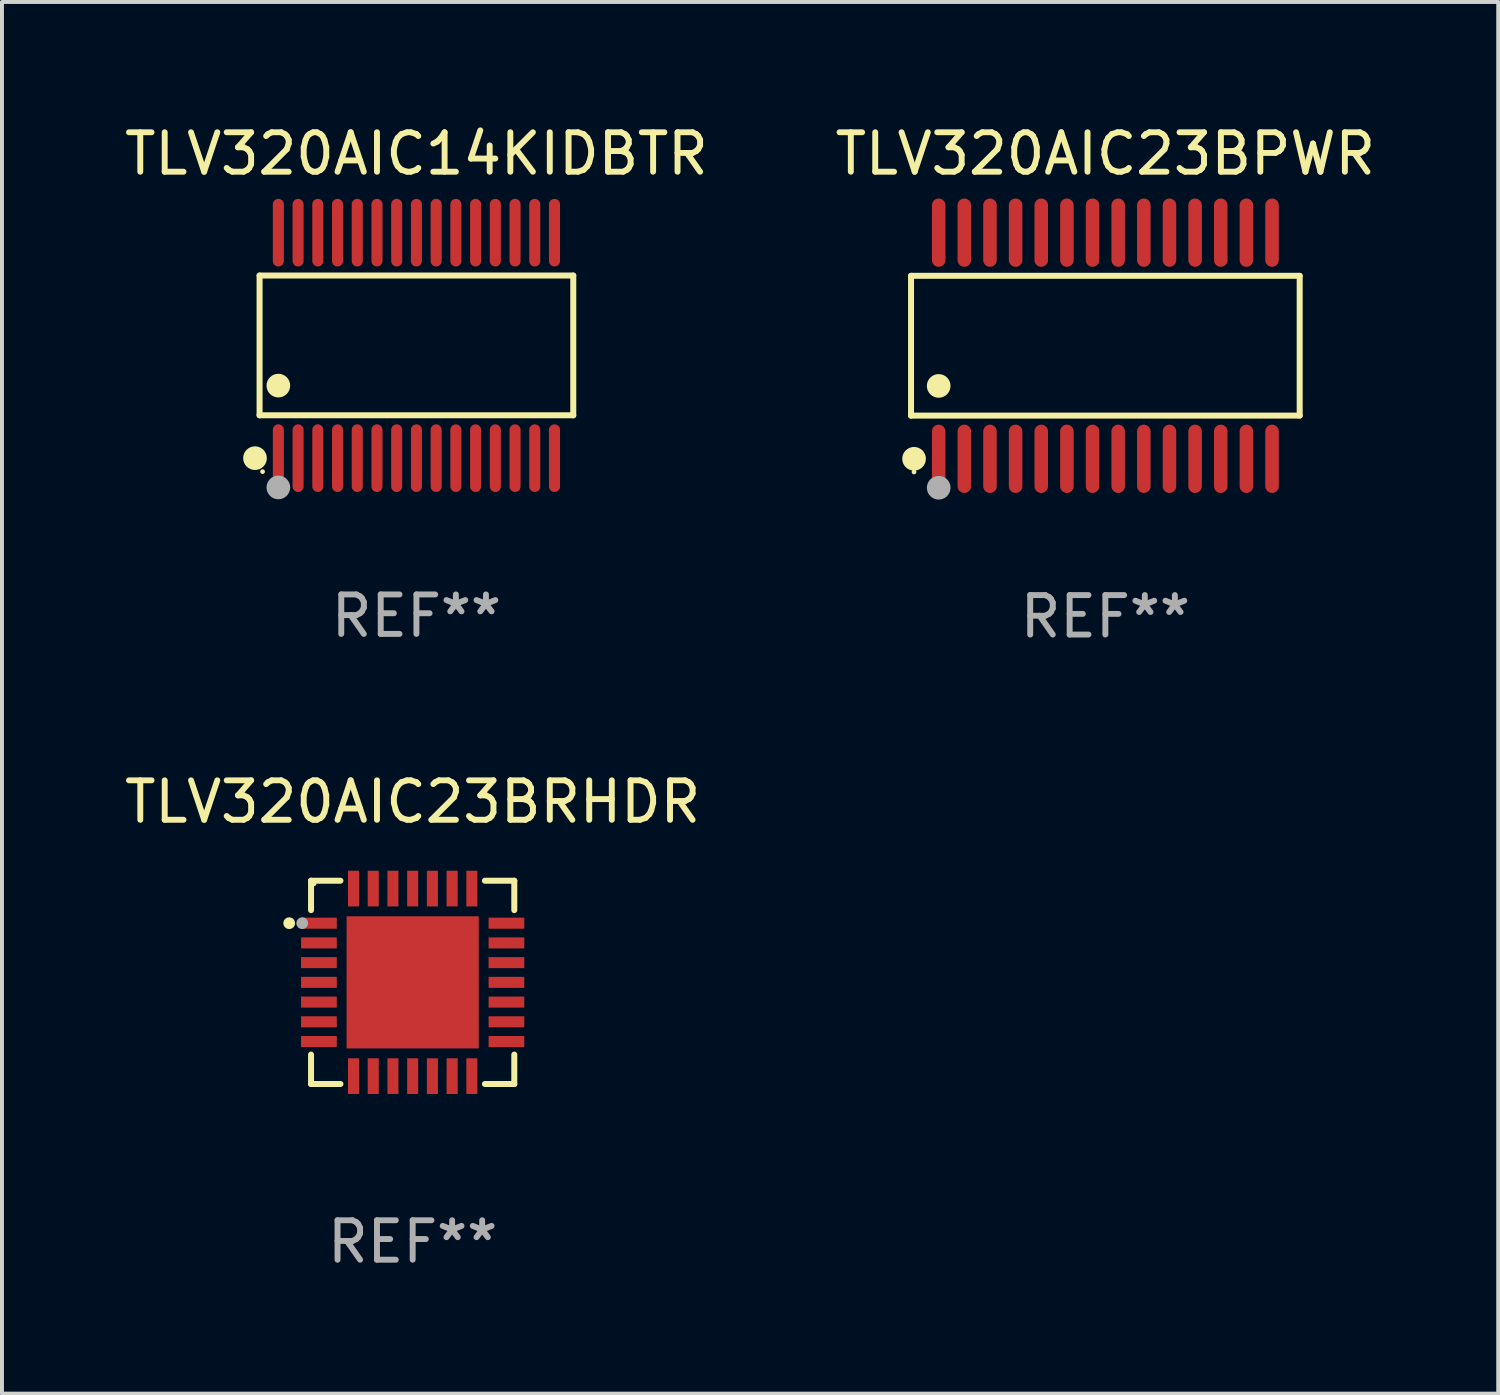
<source format=kicad_pcb>
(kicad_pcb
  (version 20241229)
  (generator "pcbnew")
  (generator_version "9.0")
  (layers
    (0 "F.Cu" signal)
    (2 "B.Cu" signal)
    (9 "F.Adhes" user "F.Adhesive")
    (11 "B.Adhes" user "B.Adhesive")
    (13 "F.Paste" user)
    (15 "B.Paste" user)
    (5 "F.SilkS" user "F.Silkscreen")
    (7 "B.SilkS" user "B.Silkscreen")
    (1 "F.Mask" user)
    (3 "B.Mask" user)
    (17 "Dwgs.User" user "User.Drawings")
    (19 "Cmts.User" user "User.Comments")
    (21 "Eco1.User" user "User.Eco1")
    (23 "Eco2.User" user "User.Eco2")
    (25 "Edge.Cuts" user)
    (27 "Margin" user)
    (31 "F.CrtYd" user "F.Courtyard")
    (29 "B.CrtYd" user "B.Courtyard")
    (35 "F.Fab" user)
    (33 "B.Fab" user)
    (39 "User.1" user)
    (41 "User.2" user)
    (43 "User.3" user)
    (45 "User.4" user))
  (footprint "TLV320AIC14KIDBTR"
    (layer "F.Cu")
    (at 7.506 5.706)
    (property "Reference" "TLV320AIC14KIDBTR" (at 0 -4.858 0) (layer "F.SilkS") (effects (font (size 1 1) (thickness 0.15))))
    (attr through_hole)
    (fp_line (start -3.976 -1.771) (end 3.976 -1.771) (stroke (width 0.152) (type solid)) (layer "F.SilkS"))
    (fp_line (start -3.976 1.771) (end -3.976 -1.771) (stroke (width 0.152) (type solid)) (layer "F.SilkS"))
    (fp_line (start 3.976 -1.771) (end 3.976 1.771) (stroke (width 0.152) (type solid)) (layer "F.SilkS"))
    (fp_line (start 3.976 1.771) (end -3.976 1.771) (stroke (width 0.152) (type solid)) (layer "F.SilkS"))
    (fp_circle (center -4.092 2.858) (end -3.942 2.858) (stroke (width 0.3) (type solid)) (fill no) (layer "F.SilkS"))
    (fp_circle (center -3.9 3.2) (end -3.87 3.2) (stroke (width 0.06) (type solid)) (fill no) (layer "F.SilkS"))
    (fp_circle (center -3.5 1.019) (end -3.35 1.019) (stroke (width 0.3) (type solid)) (fill no) (layer "F.SilkS"))
    (fp_circle (center -3.5 3.6) (end -3.35 3.6) (stroke (width 0.3) (type solid)) (fill no) (layer "F.Fab"))
    (fp_text user "REF**" (at 0 6.858 0) (layer "F.Fab") (effects (font (size 1 1) (thickness 0.15))))
    (pad "1" smd oval (at -3.5 2.858) (size 0.28 1.715) (layers "F.Cu" "F.Mask" "F.Paste"))
    (pad "2" smd oval (at -3 2.858) (size 0.28 1.715) (layers "F.Cu" "F.Mask" "F.Paste"))
    (pad "3" smd oval (at -2.5 2.858) (size 0.28 1.715) (layers "F.Cu" "F.Mask" "F.Paste"))
    (pad "4" smd oval (at -2 2.858) (size 0.28 1.715) (layers "F.Cu" "F.Mask" "F.Paste"))
    (pad "5" smd oval (at -1.5 2.858) (size 0.28 1.715) (layers "F.Cu" "F.Mask" "F.Paste"))
    (pad "6" smd oval (at -1 2.858) (size 0.28 1.715) (layers "F.Cu" "F.Mask" "F.Paste"))
    (pad "7" smd oval (at -0.5 2.858) (size 0.28 1.715) (layers "F.Cu" "F.Mask" "F.Paste"))
    (pad "8" smd oval (at 0 2.858) (size 0.28 1.715) (layers "F.Cu" "F.Mask" "F.Paste"))
    (pad "9" smd oval (at 0.5 2.858) (size 0.28 1.715) (layers "F.Cu" "F.Mask" "F.Paste"))
    (pad "10" smd oval (at 1 2.858) (size 0.28 1.715) (layers "F.Cu" "F.Mask" "F.Paste"))
    (pad "11" smd oval (at 1.5 2.858) (size 0.28 1.715) (layers "F.Cu" "F.Mask" "F.Paste"))
    (pad "12" smd oval (at 2 2.858) (size 0.28 1.715) (layers "F.Cu" "F.Mask" "F.Paste"))
    (pad "13" smd oval (at 2.5 2.858) (size 0.28 1.715) (layers "F.Cu" "F.Mask" "F.Paste"))
    (pad "14" smd oval (at 3 2.858) (size 0.28 1.715) (layers "F.Cu" "F.Mask" "F.Paste"))
    (pad "15" smd oval (at 3.5 2.858) (size 0.28 1.715) (layers "F.Cu" "F.Mask" "F.Paste"))
    (pad "16" smd oval (at 3.5 -2.858) (size 0.28 1.715) (layers "F.Cu" "F.Mask" "F.Paste"))
    (pad "17" smd oval (at 3 -2.858) (size 0.28 1.715) (layers "F.Cu" "F.Mask" "F.Paste"))
    (pad "18" smd oval (at 2.5 -2.858) (size 0.28 1.715) (layers "F.Cu" "F.Mask" "F.Paste"))
    (pad "19" smd oval (at 2 -2.858) (size 0.28 1.715) (layers "F.Cu" "F.Mask" "F.Paste"))
    (pad "20" smd oval (at 1.5 -2.858) (size 0.28 1.715) (layers "F.Cu" "F.Mask" "F.Paste"))
    (pad "21" smd oval (at 1 -2.858) (size 0.28 1.715) (layers "F.Cu" "F.Mask" "F.Paste"))
    (pad "22" smd oval (at 0.5 -2.858) (size 0.28 1.715) (layers "F.Cu" "F.Mask" "F.Paste"))
    (pad "23" smd oval (at 0 -2.858) (size 0.28 1.715) (layers "F.Cu" "F.Mask" "F.Paste"))
    (pad "24" smd oval (at -0.5 -2.858) (size 0.28 1.715) (layers "F.Cu" "F.Mask" "F.Paste"))
    (pad "25" smd oval (at -1 -2.858) (size 0.28 1.715) (layers "F.Cu" "F.Mask" "F.Paste"))
    (pad "26" smd oval (at -1.5 -2.858) (size 0.28 1.715) (layers "F.Cu" "F.Mask" "F.Paste"))
    (pad "27" smd oval (at -2 -2.858) (size 0.28 1.715) (layers "F.Cu" "F.Mask" "F.Paste"))
    (pad "28" smd oval (at -2.5 -2.858) (size 0.28 1.715) (layers "F.Cu" "F.Mask" "F.Paste"))
    (pad "29" smd oval (at -3 -2.858) (size 0.28 1.715) (layers "F.Cu" "F.Mask" "F.Paste"))
    (pad "30" smd oval (at -3.5 -2.858) (size 0.28 1.715) (layers "F.Cu" "F.Mask" "F.Paste")))
  (footprint "TLV320AIC23BRHDR"
    (layer "F.Cu")
    (at 7.411 21.852)
    (property "Reference" "TLV320AIC23BRHDR" (at 0 -4.576 0) (layer "F.SilkS") (effects (font (size 1 1) (thickness 0.15))))
    (attr through_hole)
    (fp_line (start -2.576 -2.576) (end -2.576 -1.831) (stroke (width 0.152) (type solid)) (layer "F.SilkS"))
    (fp_line (start -2.576 2.576) (end -2.576 1.831) (stroke (width 0.152) (type solid)) (layer "F.SilkS"))
    (fp_line (start -1.831 -2.576) (end -2.576 -2.576) (stroke (width 0.152) (type solid)) (layer "F.SilkS"))
    (fp_line (start -1.831 2.576) (end -2.576 2.576) (stroke (width 0.152) (type solid)) (layer "F.SilkS"))
    (fp_line (start 1.831 -2.576) (end 2.576 -2.576) (stroke (width 0.152) (type solid)) (layer "F.SilkS"))
    (fp_line (start 1.831 2.576) (end 2.576 2.576) (stroke (width 0.152) (type solid)) (layer "F.SilkS"))
    (fp_line (start 2.576 -2.576) (end 2.576 -1.831) (stroke (width 0.152) (type solid)) (layer "F.SilkS"))
    (fp_line (start 2.576 2.576) (end 2.576 1.831) (stroke (width 0.152) (type solid)) (layer "F.SilkS"))
    (fp_circle (center -3.13 -1.5) (end -3.055 -1.5) (stroke (width 0.15) (type solid)) (fill no) (layer "F.SilkS"))
    (fp_circle (center -2.5 -2.5) (end -2.47 -2.5) (stroke (width 0.06) (type solid)) (fill no) (layer "F.SilkS"))
    (fp_circle (center -2.8 -1.5) (end -2.725 -1.5) (stroke (width 0.15) (type solid)) (fill no) (layer "F.Fab"))
    (fp_text user "REF**" (at 0 6.576 0) (layer "F.Fab") (effects (font (size 1 1) (thickness 0.15))))
    (pad "1" smd rect (at -2.377 -1.5) (size 0.905 0.28) (layers "F.Cu" "F.Mask" "F.Paste"))
    (pad "2" smd rect (at -2.377 -1) (size 0.905 0.28) (layers "F.Cu" "F.Mask" "F.Paste"))
    (pad "3" smd rect (at -2.377 -0.5) (size 0.905 0.28) (layers "F.Cu" "F.Mask" "F.Paste"))
    (pad "4" smd rect (at -2.377 0) (size 0.905 0.28) (layers "F.Cu" "F.Mask" "F.Paste"))
    (pad "5" smd rect (at -2.377 0.5) (size 0.905 0.28) (layers "F.Cu" "F.Mask" "F.Paste"))
    (pad "6" smd rect (at -2.377 1) (size 0.905 0.28) (layers "F.Cu" "F.Mask" "F.Paste"))
    (pad "7" smd rect (at -2.377 1.5) (size 0.905 0.28) (layers "F.Cu" "F.Mask" "F.Paste"))
    (pad "8" smd rect (at -1.5 2.377) (size 0.28 0.905) (layers "F.Cu" "F.Mask" "F.Paste"))
    (pad "9" smd rect (at -1 2.377) (size 0.28 0.905) (layers "F.Cu" "F.Mask" "F.Paste"))
    (pad "10" smd rect (at -0.5 2.377) (size 0.28 0.905) (layers "F.Cu" "F.Mask" "F.Paste"))
    (pad "11" smd rect (at 0 2.377) (size 0.28 0.905) (layers "F.Cu" "F.Mask" "F.Paste"))
    (pad "12" smd rect (at 0.5 2.377) (size 0.28 0.905) (layers "F.Cu" "F.Mask" "F.Paste"))
    (pad "13" smd rect (at 1 2.377) (size 0.28 0.905) (layers "F.Cu" "F.Mask" "F.Paste"))
    (pad "14" smd rect (at 1.5 2.377) (size 0.28 0.905) (layers "F.Cu" "F.Mask" "F.Paste"))
    (pad "15" smd rect (at 2.377 1.5) (size 0.905 0.28) (layers "F.Cu" "F.Mask" "F.Paste"))
    (pad "16" smd rect (at 2.377 1) (size 0.905 0.28) (layers "F.Cu" "F.Mask" "F.Paste"))
    (pad "17" smd rect (at 2.377 0.5) (size 0.905 0.28) (layers "F.Cu" "F.Mask" "F.Paste"))
    (pad "18" smd rect (at 2.377 0) (size 0.905 0.28) (layers "F.Cu" "F.Mask" "F.Paste"))
    (pad "19" smd rect (at 2.377 -0.5) (size 0.905 0.28) (layers "F.Cu" "F.Mask" "F.Paste"))
    (pad "20" smd rect (at 2.377 -1) (size 0.905 0.28) (layers "F.Cu" "F.Mask" "F.Paste"))
    (pad "21" smd rect (at 2.377 -1.5) (size 0.905 0.28) (layers "F.Cu" "F.Mask" "F.Paste"))
    (pad "22" smd rect (at 1.5 -2.377) (size 0.28 0.905) (layers "F.Cu" "F.Mask" "F.Paste"))
    (pad "23" smd rect (at 1 -2.377) (size 0.28 0.905) (layers "F.Cu" "F.Mask" "F.Paste"))
    (pad "24" smd rect (at 0.5 -2.377) (size 0.28 0.905) (layers "F.Cu" "F.Mask" "F.Paste"))
    (pad "25" smd rect (at 0 -2.377) (size 0.28 0.905) (layers "F.Cu" "F.Mask" "F.Paste"))
    (pad "26" smd rect (at -0.5 -2.377) (size 0.28 0.905) (layers "F.Cu" "F.Mask" "F.Paste"))
    (pad "27" smd rect (at -1 -2.377) (size 0.28 0.905) (layers "F.Cu" "F.Mask" "F.Paste"))
    (pad "28" smd rect (at -1.5 -2.377) (size 0.28 0.905) (layers "F.Cu" "F.Mask" "F.Paste"))
    (pad "29" smd rect (at 0 0) (size 3.35 3.35) (layers "F.Cu" "F.Mask" "F.Paste")))
  (footprint "TLV320AIC23BPWR"
    (layer "F.Cu")
    (at 24.97 5.714)
    (property "Reference" "TLV320AIC23BPWR" (at 0 -4.866 0) (layer "F.SilkS") (effects (font (size 1 1) (thickness 0.15))))
    (attr through_hole)
    (fp_line (start -4.926 -1.772) (end 4.926 -1.772) (stroke (width 0.152) (type solid)) (layer "F.SilkS"))
    (fp_line (start -4.926 1.771) (end -4.926 -1.772) (stroke (width 0.152) (type solid)) (layer "F.SilkS"))
    (fp_line (start 4.926 -1.772) (end 4.926 1.771) (stroke (width 0.152) (type solid)) (layer "F.SilkS"))
    (fp_line (start 4.926 1.771) (end -4.926 1.771) (stroke (width 0.152) (type solid)) (layer "F.SilkS"))
    (fp_circle (center -4.85 3.2) (end -4.82 3.2) (stroke (width 0.06) (type solid)) (fill no) (layer "F.SilkS"))
    (fp_circle (center -4.849 2.866) (end -4.699 2.866) (stroke (width 0.3) (type solid)) (fill no) (layer "F.SilkS"))
    (fp_circle (center -4.225 1.019) (end -4.075 1.019) (stroke (width 0.3) (type solid)) (fill no) (layer "F.SilkS"))
    (fp_circle (center -4.225 3.6) (end -4.075 3.6) (stroke (width 0.3) (type solid)) (fill no) (layer "F.Fab"))
    (fp_text user "REF**" (at 0 6.866 0) (layer "F.Fab") (effects (font (size 1 1) (thickness 0.15))))
    (pad "1" smd oval (at -4.225 2.866) (size 0.343 1.731) (layers "F.Cu" "F.Mask" "F.Paste"))
    (pad "2" smd oval (at -3.575 2.866) (size 0.343 1.731) (layers "F.Cu" "F.Mask" "F.Paste"))
    (pad "3" smd oval (at -2.925 2.866) (size 0.343 1.731) (layers "F.Cu" "F.Mask" "F.Paste"))
    (pad "4" smd oval (at -2.275 2.866) (size 0.343 1.731) (layers "F.Cu" "F.Mask" "F.Paste"))
    (pad "5" smd oval (at -1.625 2.866) (size 0.343 1.731) (layers "F.Cu" "F.Mask" "F.Paste"))
    (pad "6" smd oval (at -0.975 2.866) (size 0.343 1.731) (layers "F.Cu" "F.Mask" "F.Paste"))
    (pad "7" smd oval (at -0.325 2.866) (size 0.343 1.731) (layers "F.Cu" "F.Mask" "F.Paste"))
    (pad "8" smd oval (at 0.325 2.866) (size 0.343 1.731) (layers "F.Cu" "F.Mask" "F.Paste"))
    (pad "9" smd oval (at 0.975 2.866) (size 0.343 1.731) (layers "F.Cu" "F.Mask" "F.Paste"))
    (pad "10" smd oval (at 1.625 2.866) (size 0.343 1.731) (layers "F.Cu" "F.Mask" "F.Paste"))
    (pad "11" smd oval (at 2.275 2.866) (size 0.343 1.731) (layers "F.Cu" "F.Mask" "F.Paste"))
    (pad "12" smd oval (at 2.925 2.866) (size 0.343 1.731) (layers "F.Cu" "F.Mask" "F.Paste"))
    (pad "13" smd oval (at 3.575 2.866) (size 0.343 1.731) (layers "F.Cu" "F.Mask" "F.Paste"))
    (pad "14" smd oval (at 4.225 2.866) (size 0.343 1.731) (layers "F.Cu" "F.Mask" "F.Paste"))
    (pad "15" smd oval (at 4.225 -2.866) (size 0.343 1.731) (layers "F.Cu" "F.Mask" "F.Paste"))
    (pad "16" smd oval (at 3.575 -2.866) (size 0.343 1.731) (layers "F.Cu" "F.Mask" "F.Paste"))
    (pad "17" smd oval (at 2.925 -2.866) (size 0.343 1.731) (layers "F.Cu" "F.Mask" "F.Paste"))
    (pad "18" smd oval (at 2.275 -2.866) (size 0.343 1.731) (layers "F.Cu" "F.Mask" "F.Paste"))
    (pad "19" smd oval (at 1.625 -2.866) (size 0.343 1.731) (layers "F.Cu" "F.Mask" "F.Paste"))
    (pad "20" smd oval (at 0.975 -2.866) (size 0.343 1.731) (layers "F.Cu" "F.Mask" "F.Paste"))
    (pad "21" smd oval (at 0.325 -2.866) (size 0.343 1.731) (layers "F.Cu" "F.Mask" "F.Paste"))
    (pad "22" smd oval (at -0.325 -2.866) (size 0.343 1.731) (layers "F.Cu" "F.Mask" "F.Paste"))
    (pad "23" smd oval (at -0.975 -2.866) (size 0.343 1.731) (layers "F.Cu" "F.Mask" "F.Paste"))
    (pad "24" smd oval (at -1.625 -2.866) (size 0.343 1.731) (layers "F.Cu" "F.Mask" "F.Paste"))
    (pad "25" smd oval (at -2.275 -2.866) (size 0.343 1.731) (layers "F.Cu" "F.Mask" "F.Paste"))
    (pad "26" smd oval (at -2.925 -2.866) (size 0.343 1.731) (layers "F.Cu" "F.Mask" "F.Paste"))
    (pad "27" smd oval (at -3.575 -2.866) (size 0.343 1.731) (layers "F.Cu" "F.Mask" "F.Paste"))
    (pad "28" smd oval (at -4.225 -2.866) (size 0.343 1.731) (layers "F.Cu" "F.Mask" "F.Paste")))
  (gr_rect
    (start -3 -3)
    (end 34.929 32.277)
    (stroke (width 0.1) (type default))
    (fill no)
    (layer "Edge.Cuts")))
</source>
